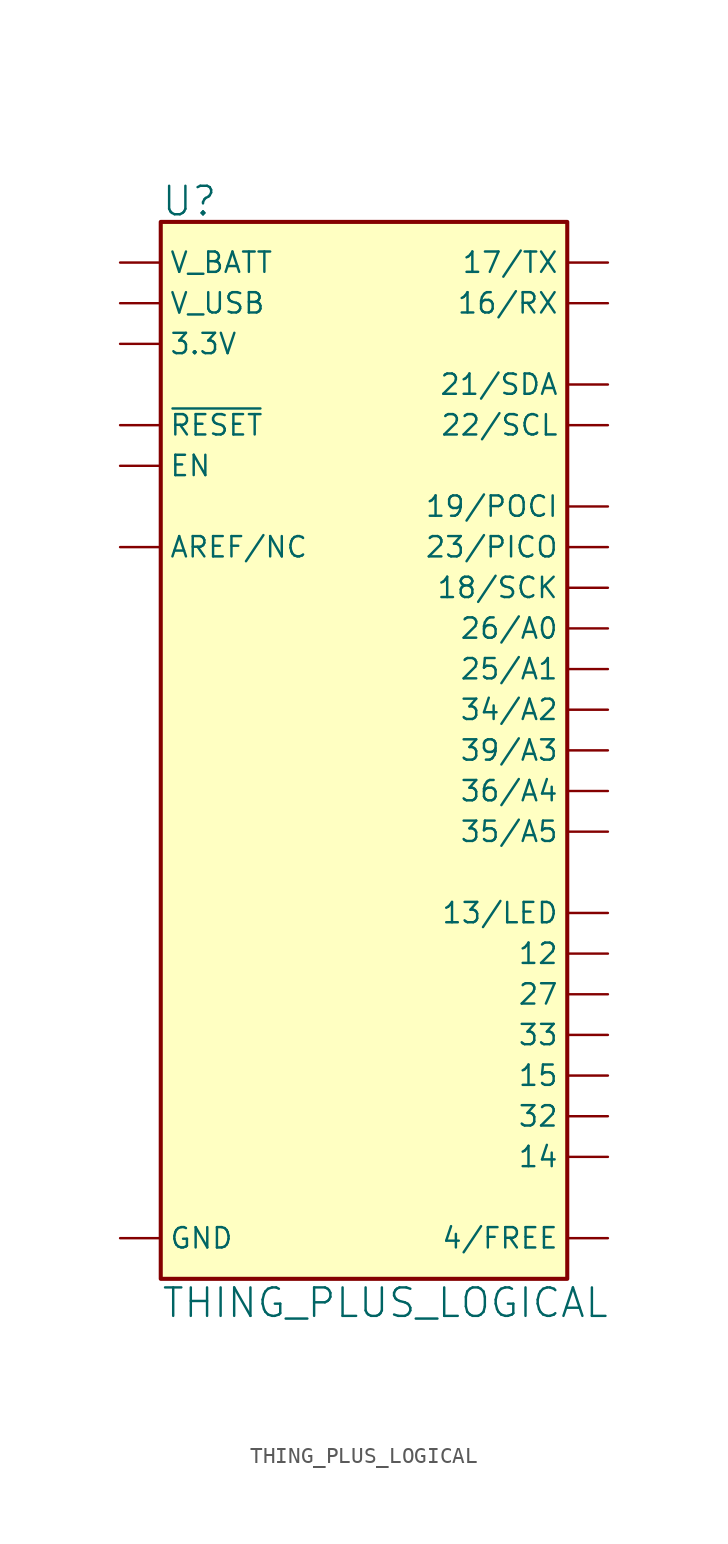
<source format=kicad_sym>
(kicad_symbol_lib
  (version 20220914)
  (generator kicad_symbol_editor)
  (symbol "THING_PLUS_LOGICAL"
    (property "Reference" "U"
      (at -12.7 33.274 0)
      (effects (font (size 1.778 1.778)) (justify left bottom)))
    (property "Value" "THING_PLUS_LOGICAL"
      (at -12.7 -35.56 0)
      (effects (font (size 1.778 1.778)) (justify left bottom)))
    (property "ki_locked" ""
      (at 0 0 0)
      (effects (font (size 1.27 1.27))))
    (symbol "THING_PLUS_LOGICAL_0_1"
      (rectangle (start -12.7 33.02) (end 12.7 -33.02) (stroke (width 0.254) (type default)) (fill (type background))))
    (symbol "THING_PLUS_LOGICAL_1_0"
      (pin bidirectional line (at 15.24 22.86 180) (length 2.54) (name "21/SDA" (effects (font (size 1.27 1.27)))) (number "1" (effects (font (size 0 0)))))
      (pin bidirectional line (at -15.24 27.94 0) (length 2.54) (name "V_USB" (effects (font (size 1.27 1.27)))) (number "10" (effects (font (size 0 0)))))
      (pin bidirectional line (at -15.24 17.78 0) (length 2.54) (name "EN" (effects (font (size 1.27 1.27)))) (number "11" (effects (font (size 0 0)))))
      (pin bidirectional line (at -15.24 30.48 0) (length 2.54) (name "V_BATT" (effects (font (size 1.27 1.27)))) (number "12" (effects (font (size 0 0)))))
      (pin bidirectional line (at 15.24 -30.48 180) (length 2.54) (name "4/FREE" (effects (font (size 1.27 1.27)))) (number "13" (effects (font (size 0 0)))))
      (pin bidirectional line (at 15.24 30.48 180) (length 2.54) (name "17/TX" (effects (font (size 1.27 1.27)))) (number "14" (effects (font (size 0 0)))))
      (pin bidirectional line (at 15.24 27.94 180) (length 2.54) (name "16/RX" (effects (font (size 1.27 1.27)))) (number "15" (effects (font (size 0 0)))))
      (pin bidirectional line (at 15.24 15.24 180) (length 2.54) (name "19/POCI" (effects (font (size 1.27 1.27)))) (number "16" (effects (font (size 0 0)))))
      (pin bidirectional line (at 15.24 12.7 180) (length 2.54) (name "23/PICO" (effects (font (size 1.27 1.27)))) (number "17" (effects (font (size 0 0)))))
      (pin bidirectional line (at 15.24 10.16 180) (length 2.54) (name "18/SCK" (effects (font (size 1.27 1.27)))) (number "18" (effects (font (size 0 0)))))
      (pin bidirectional line (at 15.24 -5.08 180) (length 2.54) (name "35/A5" (effects (font (size 1.27 1.27)))) (number "19" (effects (font (size 0 0)))))
      (pin bidirectional line (at 15.24 20.32 180) (length 2.54) (name "22/SCL" (effects (font (size 1.27 1.27)))) (number "2" (effects (font (size 0 0)))))
      (pin bidirectional line (at 15.24 -2.54 180) (length 2.54) (name "36/A4" (effects (font (size 1.27 1.27)))) (number "20" (effects (font (size 0 0)))))
      (pin bidirectional line (at 15.24 0 180) (length 2.54) (name "39/A3" (effects (font (size 1.27 1.27)))) (number "21" (effects (font (size 0 0)))))
      (pin bidirectional line (at 15.24 2.54 180) (length 2.54) (name "34/A2" (effects (font (size 1.27 1.27)))) (number "22" (effects (font (size 0 0)))))
      (pin bidirectional line (at 15.24 5.08 180) (length 2.54) (name "25/A1" (effects (font (size 1.27 1.27)))) (number "23" (effects (font (size 0 0)))))
      (pin bidirectional line (at 15.24 7.62 180) (length 2.54) (name "26/A0" (effects (font (size 1.27 1.27)))) (number "24" (effects (font (size 0 0)))))
      (pin bidirectional line (at -15.24 -30.48 0) (length 2.54) (name "GND" (effects (font (size 1.27 1.27)))) (number "25" (effects (font (size 0 0)))))
      (pin bidirectional line (at -15.24 12.7 0) (length 2.54) (name "AREF/NC" (effects (font (size 1.27 1.27)))) (number "26" (effects (font (size 0 0)))))
      (pin bidirectional line (at -15.24 25.4 0) (length 2.54) (name "3.3V" (effects (font (size 1.27 1.27)))) (number "27" (effects (font (size 0 0)))))
      (pin bidirectional line (at -15.24 20.32 0) (length 2.54) (name "~{RESET}" (effects (font (size 1.27 1.27)))) (number "28" (effects (font (size 0 0)))))
      (pin bidirectional line (at 15.24 -25.4 180) (length 2.54) (name "14" (effects (font (size 1.27 1.27)))) (number "3" (effects (font (size 0 0)))))
      (pin bidirectional line (at 15.24 -22.86 180) (length 2.54) (name "32" (effects (font (size 1.27 1.27)))) (number "4" (effects (font (size 0 0)))))
      (pin bidirectional line (at 15.24 -20.32 180) (length 2.54) (name "15" (effects (font (size 1.27 1.27)))) (number "5" (effects (font (size 0 0)))))
      (pin bidirectional line (at 15.24 -17.78 180) (length 2.54) (name "33" (effects (font (size 1.27 1.27)))) (number "6" (effects (font (size 0 0)))))
      (pin bidirectional line (at 15.24 -15.24 180) (length 2.54) (name "27" (effects (font (size 1.27 1.27)))) (number "7" (effects (font (size 0 0)))))
      (pin bidirectional line (at 15.24 -12.7 180) (length 2.54) (name "12" (effects (font (size 1.27 1.27)))) (number "8" (effects (font (size 0 0)))))
      (pin bidirectional line (at 15.24 -10.16 180) (length 2.54) (name "13/LED" (effects (font (size 1.27 1.27)))) (number "9" (effects (font (size 0 0))))))))
</source>
